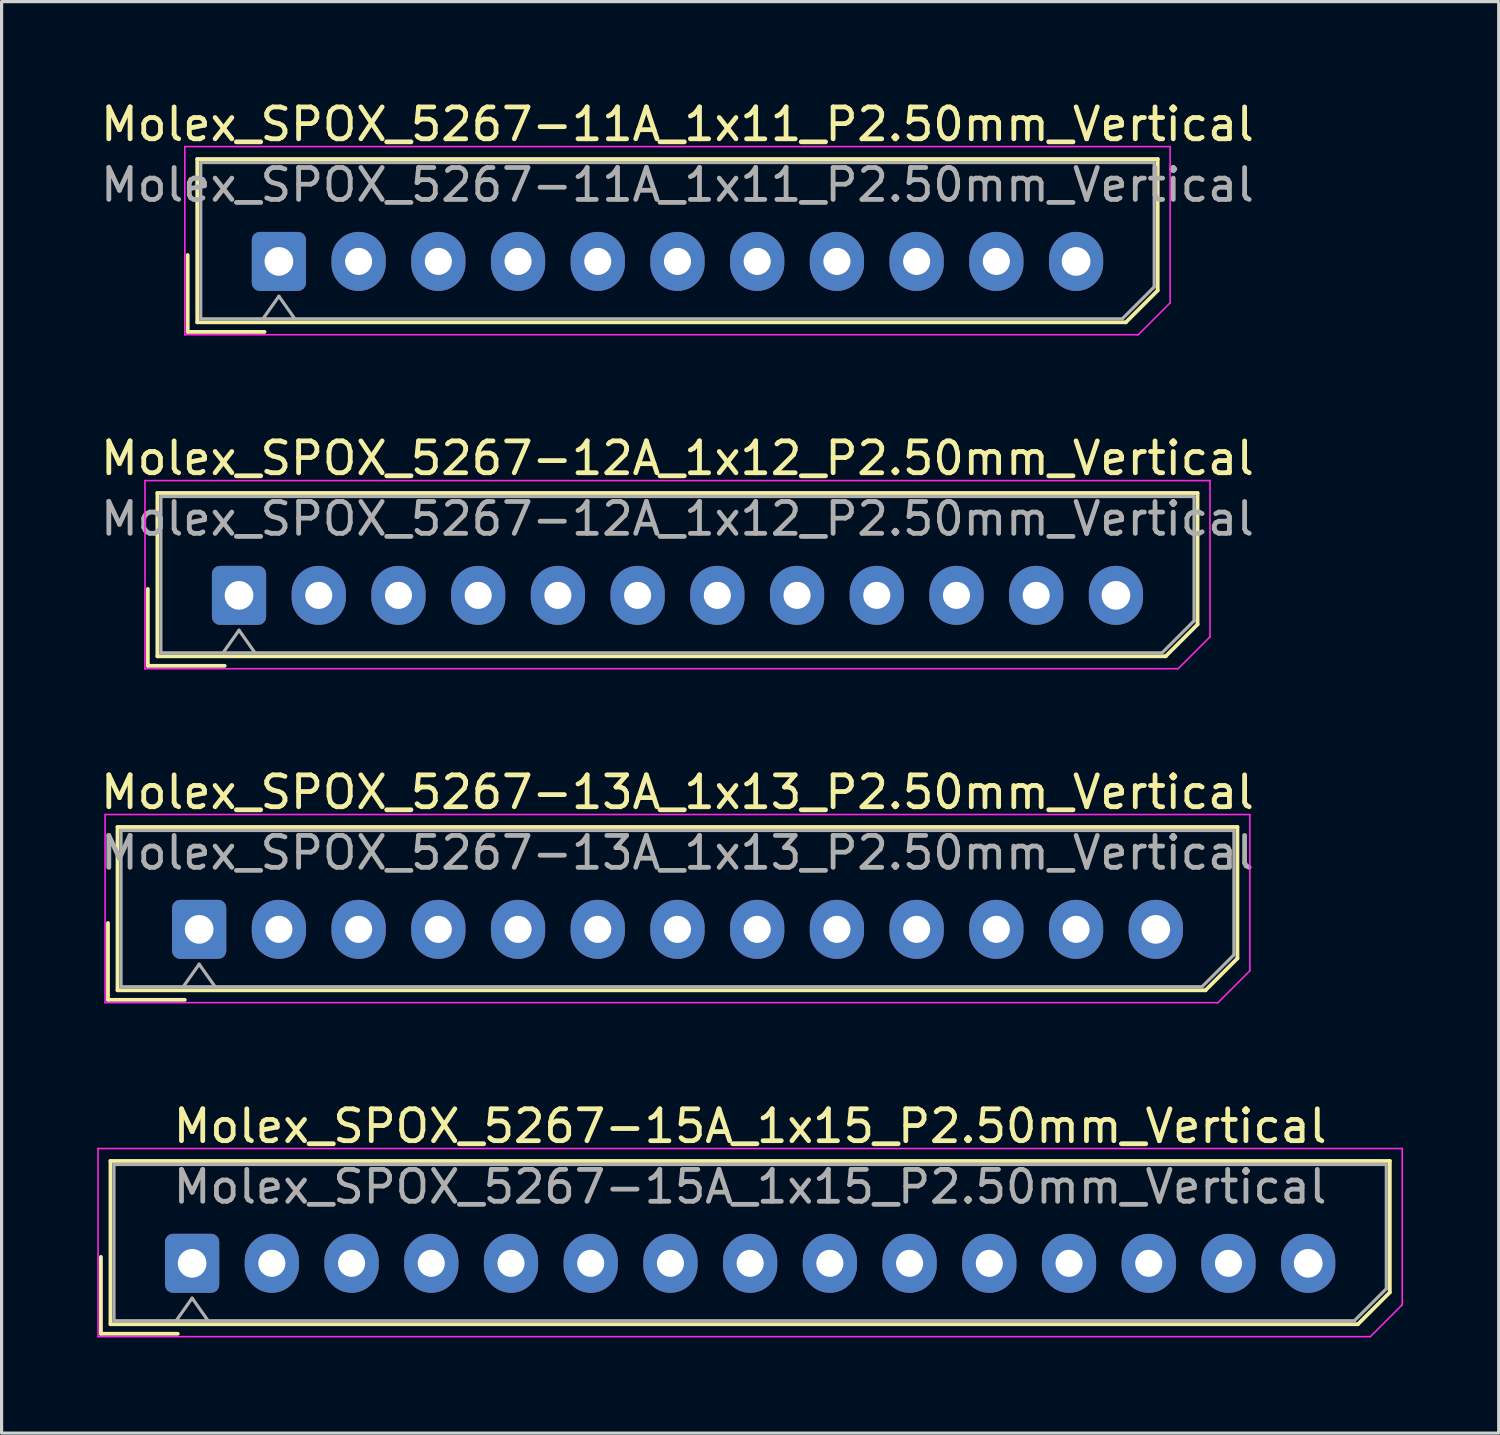
<source format=kicad_pcb>
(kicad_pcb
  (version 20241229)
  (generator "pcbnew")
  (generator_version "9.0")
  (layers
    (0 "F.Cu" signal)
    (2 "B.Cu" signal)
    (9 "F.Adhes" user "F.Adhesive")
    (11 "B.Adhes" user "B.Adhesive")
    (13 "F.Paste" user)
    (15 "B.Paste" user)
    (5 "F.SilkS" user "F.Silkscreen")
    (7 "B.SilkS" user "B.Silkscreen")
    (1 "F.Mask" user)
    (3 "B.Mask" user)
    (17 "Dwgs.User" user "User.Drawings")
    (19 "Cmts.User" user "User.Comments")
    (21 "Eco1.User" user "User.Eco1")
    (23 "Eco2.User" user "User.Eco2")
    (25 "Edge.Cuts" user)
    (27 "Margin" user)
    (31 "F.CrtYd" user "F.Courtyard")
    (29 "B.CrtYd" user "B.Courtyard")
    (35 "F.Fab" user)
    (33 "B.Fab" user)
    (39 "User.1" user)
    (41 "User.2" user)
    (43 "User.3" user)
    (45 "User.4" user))
  (footprint "Molex_SPOX_5267-12A_1x12_P2.50mm_Vertical"
    (layer "F.Cu")
    (at 4.446 15.621)
    (property "Reference" "Molex_SPOX_5267-12A_1x12_P2.50mm_Vertical" (at 13.75 -4.3 0) (layer "F.SilkS") (effects (font (size 1 1) (thickness 0.15))))
    (attr through_hole)
    (fp_line (start -2.86 -0.2) (end -2.86 2.21) (stroke (width 0.12) (type solid)) (layer "F.SilkS"))
    (fp_line (start -2.86 2.21) (end -0.45 2.21) (stroke (width 0.12) (type solid)) (layer "F.SilkS"))
    (fp_line (start -2.56 -3.21) (end -2.56 1.91) (stroke (width 0.12) (type solid)) (layer "F.SilkS"))
    (fp_line (start -2.56 1.91) (end 29.06 1.91) (stroke (width 0.12) (type solid)) (layer "F.SilkS"))
    (fp_line (start 29.06 1.91) (end 30.06 0.91) (stroke (width 0.12) (type solid)) (layer "F.SilkS"))
    (fp_line (start 30.06 -3.21) (end -2.56 -3.21) (stroke (width 0.12) (type solid)) (layer "F.SilkS"))
    (fp_line (start 30.06 0.91) (end 30.06 -3.21) (stroke (width 0.12) (type solid)) (layer "F.SilkS"))
    (fp_line (start -2.95 -3.6) (end -2.95 2.3) (stroke (width 0.05) (type solid)) (layer "F.CrtYd"))
    (fp_line (start -2.95 2.3) (end 29.45 2.3) (stroke (width 0.05) (type solid)) (layer "F.CrtYd"))
    (fp_line (start 29.45 2.3) (end 30.45 1.3) (stroke (width 0.05) (type solid)) (layer "F.CrtYd"))
    (fp_line (start 30.45 -3.6) (end -2.95 -3.6) (stroke (width 0.05) (type solid)) (layer "F.CrtYd"))
    (fp_line (start 30.45 1.3) (end 30.45 -3.6) (stroke (width 0.05) (type solid)) (layer "F.CrtYd"))
    (fp_line (start -2.45 -3.1) (end -2.45 1.8) (stroke (width 0.1) (type solid)) (layer "F.Fab"))
    (fp_line (start -2.45 1.8) (end 28.95 1.8) (stroke (width 0.1) (type solid)) (layer "F.Fab"))
    (fp_line (start -0.5 1.8) (end 0 1.093) (stroke (width 0.1) (type solid)) (layer "F.Fab"))
    (fp_line (start 0 1.093) (end 0.5 1.8) (stroke (width 0.1) (type solid)) (layer "F.Fab"))
    (fp_line (start 28.95 1.8) (end 29.95 0.8) (stroke (width 0.1) (type solid)) (layer "F.Fab"))
    (fp_line (start 29.95 -3.1) (end -2.45 -3.1) (stroke (width 0.1) (type solid)) (layer "F.Fab"))
    (fp_line (start 29.95 0.8) (end 29.95 -3.1) (stroke (width 0.1) (type solid)) (layer "F.Fab"))
    (fp_text user "${REFERENCE}" (at 13.75 -2.4 0) (layer "F.Fab") (effects (font (size 1 1) (thickness 0.15))))
    (pad "1" thru_hole roundrect (at 0 0) (size 1.7 1.85) (drill 0.9) (layers "*.Cu" "*.Mask") (roundrect_rratio 0.147))
    (pad "2" thru_hole oval (at 2.5 0) (size 1.7 1.85) (drill 0.85) (layers "*.Cu" "*.Mask"))
    (pad "3" thru_hole oval (at 5 0) (size 1.7 1.85) (drill 0.85) (layers "*.Cu" "*.Mask"))
    (pad "4" thru_hole oval (at 7.5 0) (size 1.7 1.85) (drill 0.85) (layers "*.Cu" "*.Mask"))
    (pad "5" thru_hole oval (at 10 0) (size 1.7 1.85) (drill 0.85) (layers "*.Cu" "*.Mask"))
    (pad "6" thru_hole oval (at 12.5 0) (size 1.7 1.85) (drill 0.85) (layers "*.Cu" "*.Mask"))
    (pad "7" thru_hole oval (at 15 0) (size 1.7 1.85) (drill 0.85) (layers "*.Cu" "*.Mask"))
    (pad "8" thru_hole oval (at 17.5 0) (size 1.7 1.85) (drill 0.85) (layers "*.Cu" "*.Mask"))
    (pad "9" thru_hole oval (at 20 0) (size 1.7 1.85) (drill 0.85) (layers "*.Cu" "*.Mask"))
    (pad "10" thru_hole oval (at 22.5 0) (size 1.7 1.85) (drill 0.85) (layers "*.Cu" "*.Mask"))
    (pad "11" thru_hole oval (at 25 0) (size 1.7 1.85) (drill 0.85) (layers "*.Cu" "*.Mask"))
    (pad "12" thru_hole oval (at 27.5 0) (size 1.7 1.85) (drill 0.9) (layers "*.Cu" "*.Mask")))
  (footprint "Molex_SPOX_5267-13A_1x13_P2.50mm_Vertical"
    (layer "F.Cu")
    (at 3.196 26.095)
    (property "Reference" "Molex_SPOX_5267-13A_1x13_P2.50mm_Vertical" (at 15 -4.3 0) (layer "F.SilkS") (effects (font (size 1 1) (thickness 0.15))))
    (attr through_hole)
    (fp_line (start -2.86 -0.2) (end -2.86 2.21) (stroke (width 0.12) (type solid)) (layer "F.SilkS"))
    (fp_line (start -2.86 2.21) (end -0.45 2.21) (stroke (width 0.12) (type solid)) (layer "F.SilkS"))
    (fp_line (start -2.56 -3.21) (end -2.56 1.91) (stroke (width 0.12) (type solid)) (layer "F.SilkS"))
    (fp_line (start -2.56 1.91) (end 31.56 1.91) (stroke (width 0.12) (type solid)) (layer "F.SilkS"))
    (fp_line (start 31.56 1.91) (end 32.56 0.91) (stroke (width 0.12) (type solid)) (layer "F.SilkS"))
    (fp_line (start 32.56 -3.21) (end -2.56 -3.21) (stroke (width 0.12) (type solid)) (layer "F.SilkS"))
    (fp_line (start 32.56 0.91) (end 32.56 -3.21) (stroke (width 0.12) (type solid)) (layer "F.SilkS"))
    (fp_line (start -2.95 -3.6) (end -2.95 2.3) (stroke (width 0.05) (type solid)) (layer "F.CrtYd"))
    (fp_line (start -2.95 2.3) (end 31.95 2.3) (stroke (width 0.05) (type solid)) (layer "F.CrtYd"))
    (fp_line (start 31.95 2.3) (end 32.95 1.3) (stroke (width 0.05) (type solid)) (layer "F.CrtYd"))
    (fp_line (start 32.95 -3.6) (end -2.95 -3.6) (stroke (width 0.05) (type solid)) (layer "F.CrtYd"))
    (fp_line (start 32.95 1.3) (end 32.95 -3.6) (stroke (width 0.05) (type solid)) (layer "F.CrtYd"))
    (fp_line (start -2.45 -3.1) (end -2.45 1.8) (stroke (width 0.1) (type solid)) (layer "F.Fab"))
    (fp_line (start -2.45 1.8) (end 31.45 1.8) (stroke (width 0.1) (type solid)) (layer "F.Fab"))
    (fp_line (start -0.5 1.8) (end 0 1.093) (stroke (width 0.1) (type solid)) (layer "F.Fab"))
    (fp_line (start 0 1.093) (end 0.5 1.8) (stroke (width 0.1) (type solid)) (layer "F.Fab"))
    (fp_line (start 31.45 1.8) (end 32.45 0.8) (stroke (width 0.1) (type solid)) (layer "F.Fab"))
    (fp_line (start 32.45 -3.1) (end -2.45 -3.1) (stroke (width 0.1) (type solid)) (layer "F.Fab"))
    (fp_line (start 32.45 0.8) (end 32.45 -3.1) (stroke (width 0.1) (type solid)) (layer "F.Fab"))
    (fp_text user "${REFERENCE}" (at 15 -2.4 0) (layer "F.Fab") (effects (font (size 1 1) (thickness 0.15))))
    (pad "1" thru_hole roundrect (at 0 0) (size 1.7 1.85) (drill 0.9) (layers "*.Cu" "*.Mask") (roundrect_rratio 0.147))
    (pad "2" thru_hole oval (at 2.5 0) (size 1.7 1.85) (drill 0.85) (layers "*.Cu" "*.Mask"))
    (pad "3" thru_hole oval (at 5 0) (size 1.7 1.85) (drill 0.85) (layers "*.Cu" "*.Mask"))
    (pad "4" thru_hole oval (at 7.5 0) (size 1.7 1.85) (drill 0.85) (layers "*.Cu" "*.Mask"))
    (pad "5" thru_hole oval (at 10 0) (size 1.7 1.85) (drill 0.85) (layers "*.Cu" "*.Mask"))
    (pad "6" thru_hole oval (at 12.5 0) (size 1.7 1.85) (drill 0.85) (layers "*.Cu" "*.Mask"))
    (pad "7" thru_hole oval (at 15 0) (size 1.7 1.85) (drill 0.85) (layers "*.Cu" "*.Mask"))
    (pad "8" thru_hole oval (at 17.5 0) (size 1.7 1.85) (drill 0.85) (layers "*.Cu" "*.Mask"))
    (pad "9" thru_hole oval (at 20 0) (size 1.7 1.85) (drill 0.85) (layers "*.Cu" "*.Mask"))
    (pad "10" thru_hole oval (at 22.5 0) (size 1.7 1.85) (drill 0.85) (layers "*.Cu" "*.Mask"))
    (pad "11" thru_hole oval (at 25 0) (size 1.7 1.85) (drill 0.85) (layers "*.Cu" "*.Mask"))
    (pad "12" thru_hole oval (at 27.5 0) (size 1.7 1.85) (drill 0.85) (layers "*.Cu" "*.Mask"))
    (pad "13" thru_hole oval (at 30 0) (size 1.7 1.85) (drill 0.9) (layers "*.Cu" "*.Mask")))
  (footprint "Molex_SPOX_5267-11A_1x11_P2.50mm_Vertical"
    (layer "F.Cu")
    (at 5.696 5.148)
    (property "Reference" "Molex_SPOX_5267-11A_1x11_P2.50mm_Vertical" (at 12.5 -4.3 0) (layer "F.SilkS") (effects (font (size 1 1) (thickness 0.15))))
    (attr through_hole)
    (fp_line (start -2.86 -0.2) (end -2.86 2.21) (stroke (width 0.12) (type solid)) (layer "F.SilkS"))
    (fp_line (start -2.86 2.21) (end -0.45 2.21) (stroke (width 0.12) (type solid)) (layer "F.SilkS"))
    (fp_line (start -2.56 -3.21) (end -2.56 1.91) (stroke (width 0.12) (type solid)) (layer "F.SilkS"))
    (fp_line (start -2.56 1.91) (end 26.56 1.91) (stroke (width 0.12) (type solid)) (layer "F.SilkS"))
    (fp_line (start 26.56 1.91) (end 27.56 0.91) (stroke (width 0.12) (type solid)) (layer "F.SilkS"))
    (fp_line (start 27.56 -3.21) (end -2.56 -3.21) (stroke (width 0.12) (type solid)) (layer "F.SilkS"))
    (fp_line (start 27.56 0.91) (end 27.56 -3.21) (stroke (width 0.12) (type solid)) (layer "F.SilkS"))
    (fp_line (start -2.95 -3.6) (end -2.95 2.3) (stroke (width 0.05) (type solid)) (layer "F.CrtYd"))
    (fp_line (start -2.95 2.3) (end 26.95 2.3) (stroke (width 0.05) (type solid)) (layer "F.CrtYd"))
    (fp_line (start 26.95 2.3) (end 27.95 1.3) (stroke (width 0.05) (type solid)) (layer "F.CrtYd"))
    (fp_line (start 27.95 -3.6) (end -2.95 -3.6) (stroke (width 0.05) (type solid)) (layer "F.CrtYd"))
    (fp_line (start 27.95 1.3) (end 27.95 -3.6) (stroke (width 0.05) (type solid)) (layer "F.CrtYd"))
    (fp_line (start -2.45 -3.1) (end -2.45 1.8) (stroke (width 0.1) (type solid)) (layer "F.Fab"))
    (fp_line (start -2.45 1.8) (end 26.45 1.8) (stroke (width 0.1) (type solid)) (layer "F.Fab"))
    (fp_line (start -0.5 1.8) (end 0 1.093) (stroke (width 0.1) (type solid)) (layer "F.Fab"))
    (fp_line (start 0 1.093) (end 0.5 1.8) (stroke (width 0.1) (type solid)) (layer "F.Fab"))
    (fp_line (start 26.45 1.8) (end 27.45 0.8) (stroke (width 0.1) (type solid)) (layer "F.Fab"))
    (fp_line (start 27.45 -3.1) (end -2.45 -3.1) (stroke (width 0.1) (type solid)) (layer "F.Fab"))
    (fp_line (start 27.45 0.8) (end 27.45 -3.1) (stroke (width 0.1) (type solid)) (layer "F.Fab"))
    (fp_text user "${REFERENCE}" (at 12.5 -2.4 0) (layer "F.Fab") (effects (font (size 1 1) (thickness 0.15))))
    (pad "1" thru_hole roundrect (at 0 0) (size 1.7 1.85) (drill 0.9) (layers "*.Cu" "*.Mask") (roundrect_rratio 0.147))
    (pad "2" thru_hole oval (at 2.5 0) (size 1.7 1.85) (drill 0.85) (layers "*.Cu" "*.Mask"))
    (pad "3" thru_hole oval (at 5 0) (size 1.7 1.85) (drill 0.85) (layers "*.Cu" "*.Mask"))
    (pad "4" thru_hole oval (at 7.5 0) (size 1.7 1.85) (drill 0.85) (layers "*.Cu" "*.Mask"))
    (pad "5" thru_hole oval (at 10 0) (size 1.7 1.85) (drill 0.85) (layers "*.Cu" "*.Mask"))
    (pad "6" thru_hole oval (at 12.5 0) (size 1.7 1.85) (drill 0.85) (layers "*.Cu" "*.Mask"))
    (pad "7" thru_hole oval (at 15 0) (size 1.7 1.85) (drill 0.85) (layers "*.Cu" "*.Mask"))
    (pad "8" thru_hole oval (at 17.5 0) (size 1.7 1.85) (drill 0.85) (layers "*.Cu" "*.Mask"))
    (pad "9" thru_hole oval (at 20 0) (size 1.7 1.85) (drill 0.85) (layers "*.Cu" "*.Mask"))
    (pad "10" thru_hole oval (at 22.5 0) (size 1.7 1.85) (drill 0.85) (layers "*.Cu" "*.Mask"))
    (pad "11" thru_hole oval (at 25 0) (size 1.7 1.85) (drill 0.9) (layers "*.Cu" "*.Mask")))
  (footprint "Molex_SPOX_5267-15A_1x15_P2.50mm_Vertical"
    (layer "F.Cu")
    (at 2.975 36.568)
    (property "Reference" "Molex_SPOX_5267-15A_1x15_P2.50mm_Vertical" (at 17.5 -4.3 0) (layer "F.SilkS") (effects (font (size 1 1) (thickness 0.15))))
    (attr through_hole)
    (fp_line (start -2.86 -0.2) (end -2.86 2.21) (stroke (width 0.12) (type solid)) (layer "F.SilkS"))
    (fp_line (start -2.86 2.21) (end -0.45 2.21) (stroke (width 0.12) (type solid)) (layer "F.SilkS"))
    (fp_line (start -2.56 -3.21) (end -2.56 1.91) (stroke (width 0.12) (type solid)) (layer "F.SilkS"))
    (fp_line (start -2.56 1.91) (end 36.56 1.91) (stroke (width 0.12) (type solid)) (layer "F.SilkS"))
    (fp_line (start 36.56 1.91) (end 37.56 0.91) (stroke (width 0.12) (type solid)) (layer "F.SilkS"))
    (fp_line (start 37.56 -3.21) (end -2.56 -3.21) (stroke (width 0.12) (type solid)) (layer "F.SilkS"))
    (fp_line (start 37.56 0.91) (end 37.56 -3.21) (stroke (width 0.12) (type solid)) (layer "F.SilkS"))
    (fp_line (start -2.95 -3.6) (end -2.95 2.3) (stroke (width 0.05) (type solid)) (layer "F.CrtYd"))
    (fp_line (start -2.95 2.3) (end 36.95 2.3) (stroke (width 0.05) (type solid)) (layer "F.CrtYd"))
    (fp_line (start 36.95 2.3) (end 37.95 1.3) (stroke (width 0.05) (type solid)) (layer "F.CrtYd"))
    (fp_line (start 37.95 -3.6) (end -2.95 -3.6) (stroke (width 0.05) (type solid)) (layer "F.CrtYd"))
    (fp_line (start 37.95 1.3) (end 37.95 -3.6) (stroke (width 0.05) (type solid)) (layer "F.CrtYd"))
    (fp_line (start -2.45 -3.1) (end -2.45 1.8) (stroke (width 0.1) (type solid)) (layer "F.Fab"))
    (fp_line (start -2.45 1.8) (end 36.45 1.8) (stroke (width 0.1) (type solid)) (layer "F.Fab"))
    (fp_line (start -0.5 1.8) (end 0 1.093) (stroke (width 0.1) (type solid)) (layer "F.Fab"))
    (fp_line (start 0 1.093) (end 0.5 1.8) (stroke (width 0.1) (type solid)) (layer "F.Fab"))
    (fp_line (start 36.45 1.8) (end 37.45 0.8) (stroke (width 0.1) (type solid)) (layer "F.Fab"))
    (fp_line (start 37.45 -3.1) (end -2.45 -3.1) (stroke (width 0.1) (type solid)) (layer "F.Fab"))
    (fp_line (start 37.45 0.8) (end 37.45 -3.1) (stroke (width 0.1) (type solid)) (layer "F.Fab"))
    (fp_text user "${REFERENCE}" (at 17.5 -2.4 0) (layer "F.Fab") (effects (font (size 1 1) (thickness 0.15))))
    (pad "1" thru_hole roundrect (at 0 0) (size 1.7 1.85) (drill 0.9) (layers "*.Cu" "*.Mask") (roundrect_rratio 0.147))
    (pad "2" thru_hole oval (at 2.5 0) (size 1.7 1.85) (drill 0.85) (layers "*.Cu" "*.Mask"))
    (pad "3" thru_hole oval (at 5 0) (size 1.7 1.85) (drill 0.85) (layers "*.Cu" "*.Mask"))
    (pad "4" thru_hole oval (at 7.5 0) (size 1.7 1.85) (drill 0.85) (layers "*.Cu" "*.Mask"))
    (pad "5" thru_hole oval (at 10 0) (size 1.7 1.85) (drill 0.85) (layers "*.Cu" "*.Mask"))
    (pad "6" thru_hole oval (at 12.5 0) (size 1.7 1.85) (drill 0.85) (layers "*.Cu" "*.Mask"))
    (pad "7" thru_hole oval (at 15 0) (size 1.7 1.85) (drill 0.85) (layers "*.Cu" "*.Mask"))
    (pad "8" thru_hole oval (at 17.5 0) (size 1.7 1.85) (drill 0.85) (layers "*.Cu" "*.Mask"))
    (pad "9" thru_hole oval (at 20 0) (size 1.7 1.85) (drill 0.85) (layers "*.Cu" "*.Mask"))
    (pad "10" thru_hole oval (at 22.5 0) (size 1.7 1.85) (drill 0.85) (layers "*.Cu" "*.Mask"))
    (pad "11" thru_hole oval (at 25 0) (size 1.7 1.85) (drill 0.85) (layers "*.Cu" "*.Mask"))
    (pad "12" thru_hole oval (at 27.5 0) (size 1.7 1.85) (drill 0.85) (layers "*.Cu" "*.Mask"))
    (pad "13" thru_hole oval (at 30 0) (size 1.7 1.85) (drill 0.85) (layers "*.Cu" "*.Mask"))
    (pad "14" thru_hole oval (at 32.5 0) (size 1.7 1.85) (drill 0.85) (layers "*.Cu" "*.Mask"))
    (pad "15" thru_hole oval (at 35 0) (size 1.7 1.85) (drill 0.9) (layers "*.Cu" "*.Mask")))
  (gr_rect
    (start -3 -3)
    (end 43.95 41.893)
    (stroke (width 0.1) (type default))
    (fill no)
    (layer "Edge.Cuts")))
</source>
